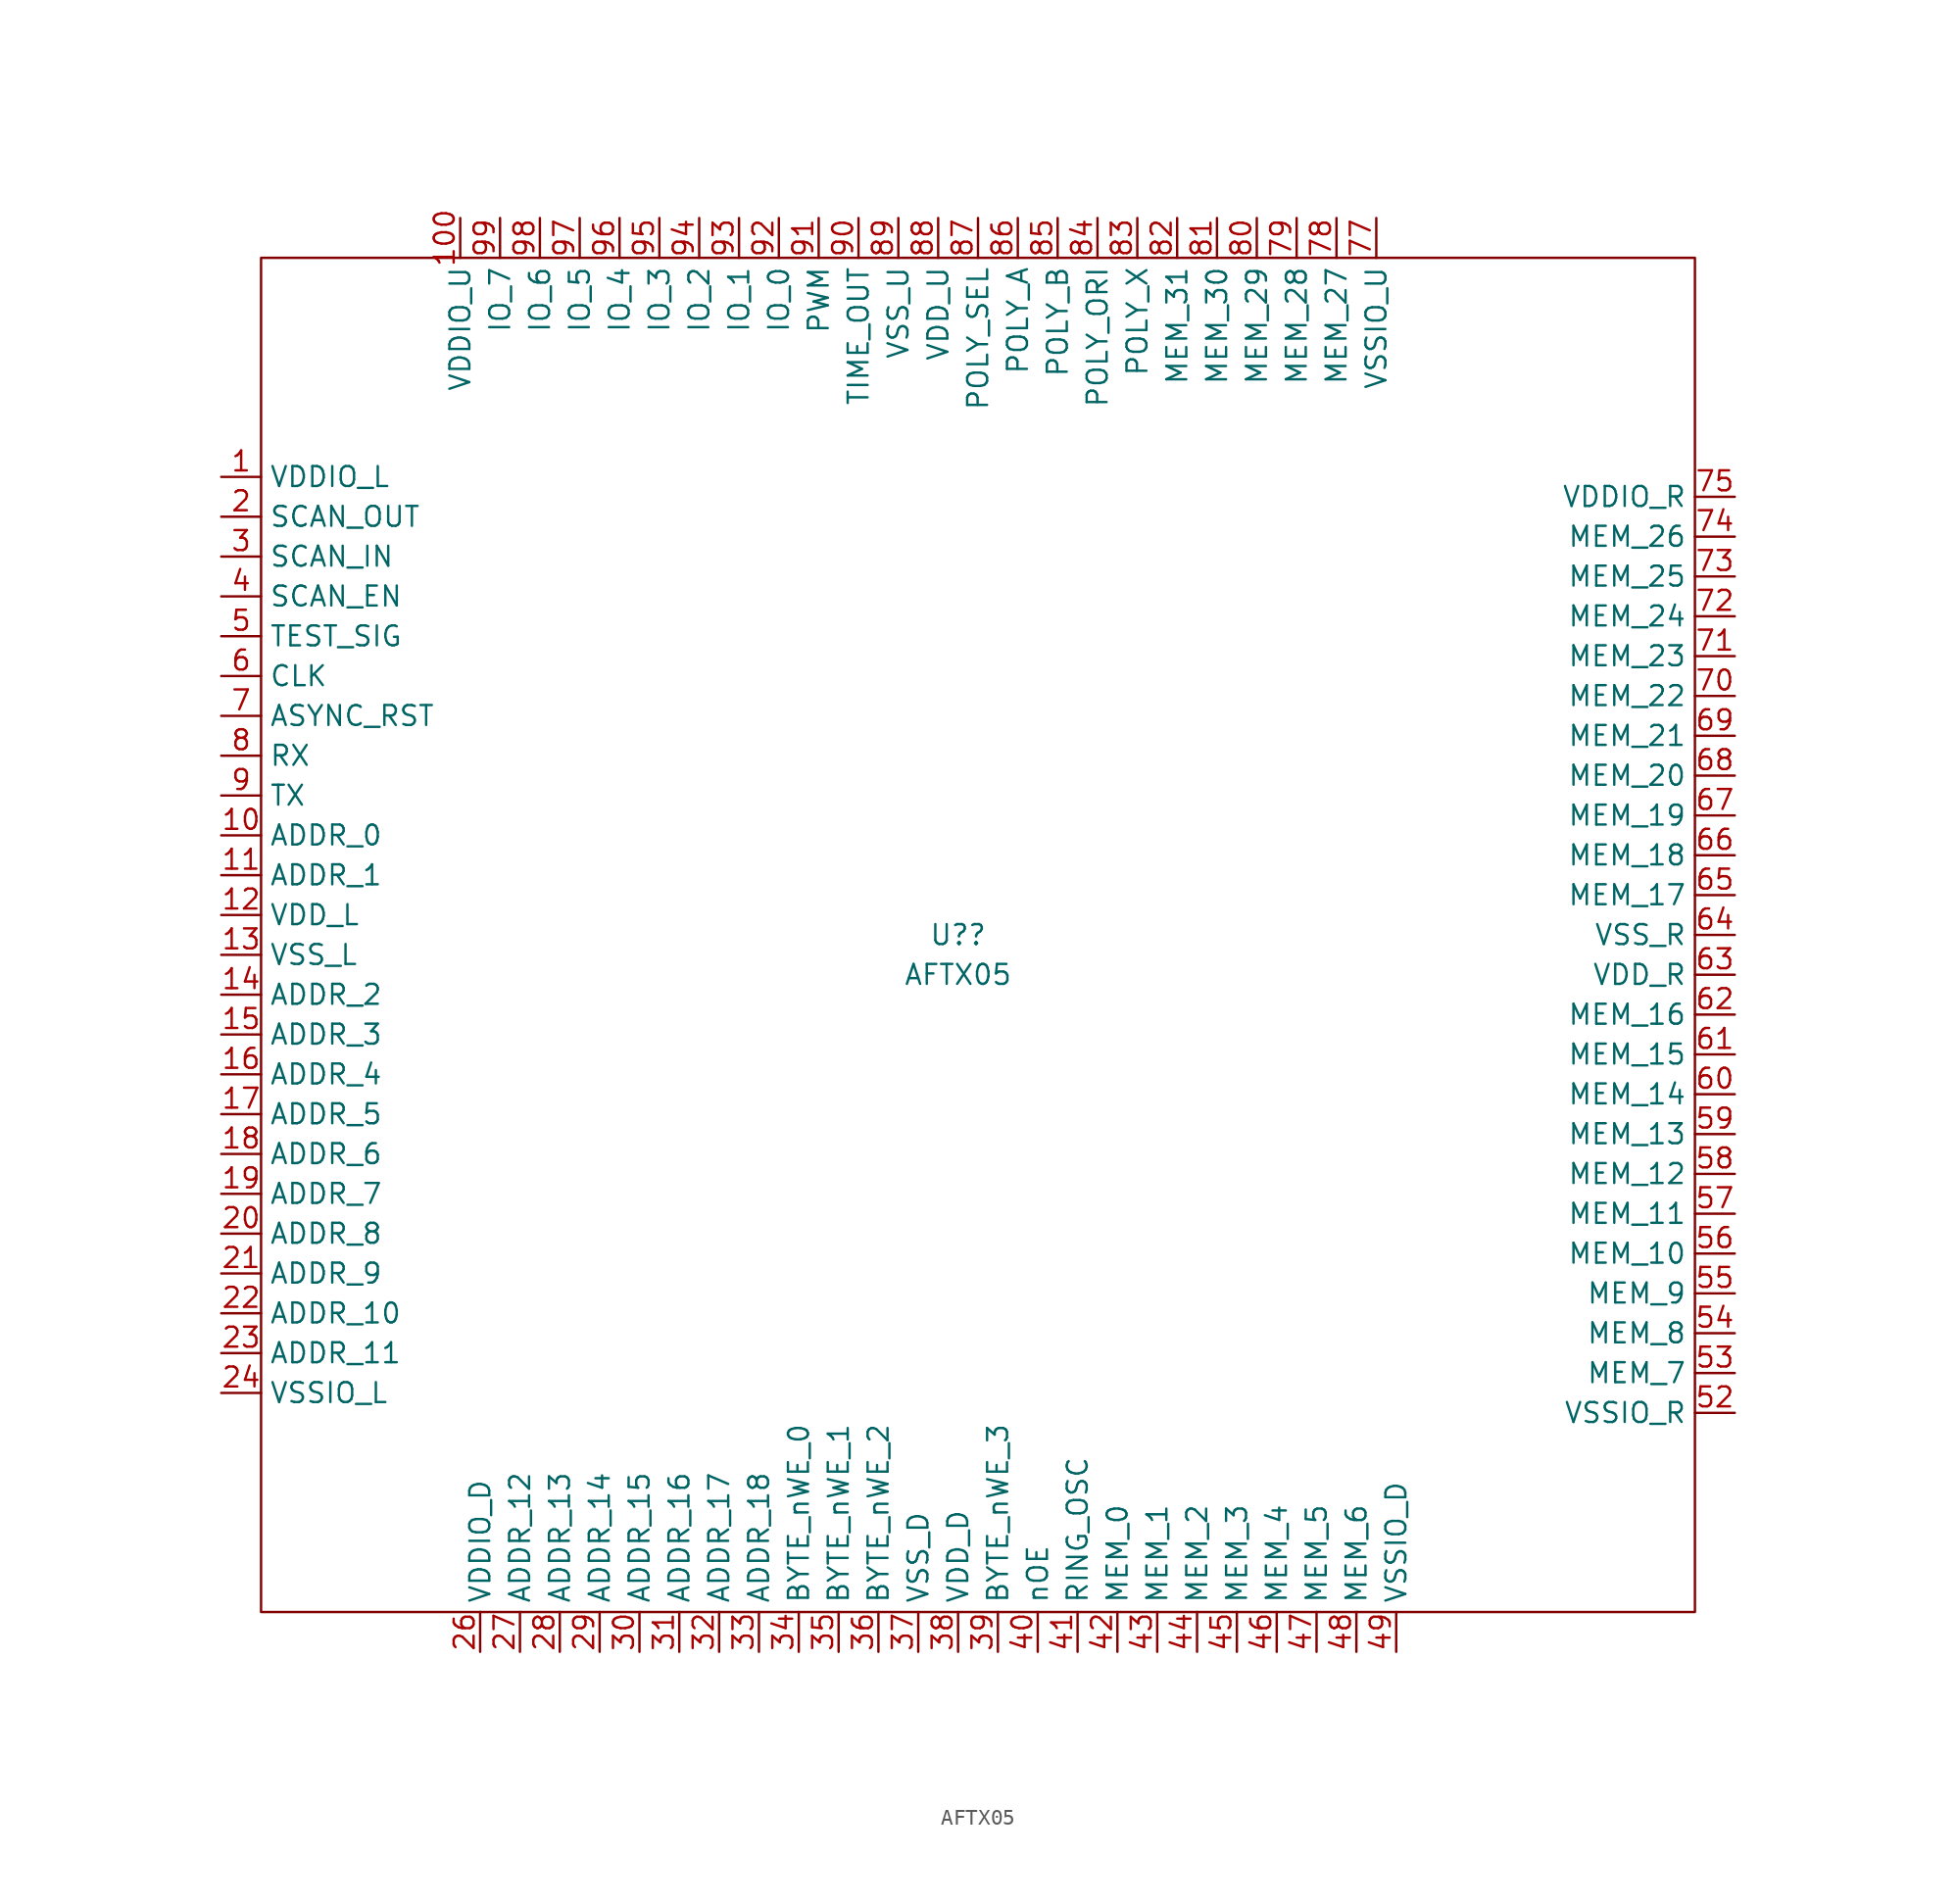
<source format=kicad_sym>
(kicad_symbol_lib
  (version 20211014)
  (generator kicad_symbol_editor)
  (symbol "AFTX05"
    (property "Reference" "U?"
      (at 0 0 0)
      (effects (font (size 1.27 1.27))))
    (property "Value" "AFTX05"
      (at 0 -2.54 0)
      (effects (font (size 1.27 1.27))))
    (symbol "AFTX05_0_1"
      (rectangle (start -44.45 43.18) (end 46.99 -43.18) (stroke (width 0) (type default) (color 0 0 0 0)) (fill (type none))))
    (symbol "AFTX05_1_1"
      (pin output line (at -46.99 29.21 0) (length 2.54) (name "VDDIO_L" (effects (font (size 1.27 1.27)))) (number "1" (effects (font (size 1.27 1.27)))))
      (pin output line (at -46.99 6.35 0) (length 2.54) (name "ADDR_0" (effects (font (size 1.27 1.27)))) (number "10" (effects (font (size 1.27 1.27)))))
      (pin output line (at -31.75 45.72 270) (length 2.54) (name "VDDIO_U" (effects (font (size 1.27 1.27)))) (number "100" (effects (font (size 1.27 1.27)))))
      (pin output line (at -46.99 3.81 0) (length 2.54) (name "ADDR_1" (effects (font (size 1.27 1.27)))) (number "11" (effects (font (size 1.27 1.27)))))
      (pin input line (at -46.99 1.27 0) (length 2.54) (name "VDD_L" (effects (font (size 1.27 1.27)))) (number "12" (effects (font (size 1.27 1.27)))))
      (pin input line (at -46.99 -1.27 0) (length 2.54) (name "VSS_L" (effects (font (size 1.27 1.27)))) (number "13" (effects (font (size 1.27 1.27)))))
      (pin output line (at -46.99 -3.81 0) (length 2.54) (name "ADDR_2" (effects (font (size 1.27 1.27)))) (number "14" (effects (font (size 1.27 1.27)))))
      (pin output line (at -46.99 -6.35 0) (length 2.54) (name "ADDR_3" (effects (font (size 1.27 1.27)))) (number "15" (effects (font (size 1.27 1.27)))))
      (pin output line (at -46.99 -8.89 0) (length 2.54) (name "ADDR_4" (effects (font (size 1.27 1.27)))) (number "16" (effects (font (size 1.27 1.27)))))
      (pin output line (at -46.99 -11.43 0) (length 2.54) (name "ADDR_5" (effects (font (size 1.27 1.27)))) (number "17" (effects (font (size 1.27 1.27)))))
      (pin output line (at -46.99 -13.97 0) (length 2.54) (name "ADDR_6" (effects (font (size 1.27 1.27)))) (number "18" (effects (font (size 1.27 1.27)))))
      (pin output line (at -46.99 -16.51 0) (length 2.54) (name "ADDR_7" (effects (font (size 1.27 1.27)))) (number "19" (effects (font (size 1.27 1.27)))))
      (pin output line (at -46.99 26.67 0) (length 2.54) (name "SCAN_OUT" (effects (font (size 1.27 1.27)))) (number "2" (effects (font (size 1.27 1.27)))))
      (pin output line (at -46.99 -19.05 0) (length 2.54) (name "ADDR_8" (effects (font (size 1.27 1.27)))) (number "20" (effects (font (size 1.27 1.27)))))
      (pin output line (at -46.99 -21.59 0) (length 2.54) (name "ADDR_9" (effects (font (size 1.27 1.27)))) (number "21" (effects (font (size 1.27 1.27)))))
      (pin output line (at -46.99 -24.13 0) (length 2.54) (name "ADDR_10" (effects (font (size 1.27 1.27)))) (number "22" (effects (font (size 1.27 1.27)))))
      (pin output line (at -46.99 -26.67 0) (length 2.54) (name "ADDR_11" (effects (font (size 1.27 1.27)))) (number "23" (effects (font (size 1.27 1.27)))))
      (pin output line (at -46.99 -29.21 0) (length 2.54) (name "VSSIO_L" (effects (font (size 1.27 1.27)))) (number "24" (effects (font (size 1.27 1.27)))))
      (pin output line (at -30.48 -45.72 90) (length 2.54) (name "VDDIO_D" (effects (font (size 1.27 1.27)))) (number "26" (effects (font (size 1.27 1.27)))))
      (pin output line (at -27.94 -45.72 90) (length 2.54) (name "ADDR_12" (effects (font (size 1.27 1.27)))) (number "27" (effects (font (size 1.27 1.27)))))
      (pin output line (at -25.4 -45.72 90) (length 2.54) (name "ADDR_13" (effects (font (size 1.27 1.27)))) (number "28" (effects (font (size 1.27 1.27)))))
      (pin output line (at -22.86 -45.72 90) (length 2.54) (name "ADDR_14" (effects (font (size 1.27 1.27)))) (number "29" (effects (font (size 1.27 1.27)))))
      (pin input line (at -46.99 24.13 0) (length 2.54) (name "SCAN_IN" (effects (font (size 1.27 1.27)))) (number "3" (effects (font (size 1.27 1.27)))))
      (pin output line (at -20.32 -45.72 90) (length 2.54) (name "ADDR_15" (effects (font (size 1.27 1.27)))) (number "30" (effects (font (size 1.27 1.27)))))
      (pin output line (at -17.78 -45.72 90) (length 2.54) (name "ADDR_16" (effects (font (size 1.27 1.27)))) (number "31" (effects (font (size 1.27 1.27)))))
      (pin output line (at -15.24 -45.72 90) (length 2.54) (name "ADDR_17" (effects (font (size 1.27 1.27)))) (number "32" (effects (font (size 1.27 1.27)))))
      (pin output line (at -12.7 -45.72 90) (length 2.54) (name "ADDR_18" (effects (font (size 1.27 1.27)))) (number "33" (effects (font (size 1.27 1.27)))))
      (pin input line (at -10.16 -45.72 90) (length 2.54) (name "BYTE_nWE_0" (effects (font (size 1.27 1.27)))) (number "34" (effects (font (size 1.27 1.27)))))
      (pin input line (at -7.62 -45.72 90) (length 2.54) (name "BYTE_nWE_1" (effects (font (size 1.27 1.27)))) (number "35" (effects (font (size 1.27 1.27)))))
      (pin input line (at -5.08 -45.72 90) (length 2.54) (name "BYTE_nWE_2" (effects (font (size 1.27 1.27)))) (number "36" (effects (font (size 1.27 1.27)))))
      (pin input line (at -2.54 -45.72 90) (length 2.54) (name "VSS_D" (effects (font (size 1.27 1.27)))) (number "37" (effects (font (size 1.27 1.27)))))
      (pin input line (at 0 -45.72 90) (length 2.54) (name "VDD_D" (effects (font (size 1.27 1.27)))) (number "38" (effects (font (size 1.27 1.27)))))
      (pin input line (at 2.54 -45.72 90) (length 2.54) (name "BYTE_nWE_3" (effects (font (size 1.27 1.27)))) (number "39" (effects (font (size 1.27 1.27)))))
      (pin input line (at -46.99 21.59 0) (length 2.54) (name "SCAN_EN" (effects (font (size 1.27 1.27)))) (number "4" (effects (font (size 1.27 1.27)))))
      (pin input line (at 5.08 -45.72 90) (length 2.54) (name "nOE" (effects (font (size 1.27 1.27)))) (number "40" (effects (font (size 1.27 1.27)))))
      (pin output line (at 7.62 -45.72 90) (length 2.54) (name "RING_OSC" (effects (font (size 1.27 1.27)))) (number "41" (effects (font (size 1.27 1.27)))))
      (pin bidirectional line (at 10.16 -45.72 90) (length 2.54) (name "MEM_0" (effects (font (size 1.27 1.27)))) (number "42" (effects (font (size 1.27 1.27)))))
      (pin bidirectional line (at 12.7 -45.72 90) (length 2.54) (name "MEM_1" (effects (font (size 1.27 1.27)))) (number "43" (effects (font (size 1.27 1.27)))))
      (pin bidirectional line (at 15.24 -45.72 90) (length 2.54) (name "MEM_2" (effects (font (size 1.27 1.27)))) (number "44" (effects (font (size 1.27 1.27)))))
      (pin bidirectional line (at 17.78 -45.72 90) (length 2.54) (name "MEM_3" (effects (font (size 1.27 1.27)))) (number "45" (effects (font (size 1.27 1.27)))))
      (pin bidirectional line (at 20.32 -45.72 90) (length 2.54) (name "MEM_4" (effects (font (size 1.27 1.27)))) (number "46" (effects (font (size 1.27 1.27)))))
      (pin bidirectional line (at 22.86 -45.72 90) (length 2.54) (name "MEM_5" (effects (font (size 1.27 1.27)))) (number "47" (effects (font (size 1.27 1.27)))))
      (pin bidirectional line (at 25.4 -45.72 90) (length 2.54) (name "MEM_6" (effects (font (size 1.27 1.27)))) (number "48" (effects (font (size 1.27 1.27)))))
      (pin output line (at 27.94 -45.72 90) (length 2.54) (name "VSSIO_D" (effects (font (size 1.27 1.27)))) (number "49" (effects (font (size 1.27 1.27)))))
      (pin input line (at -46.99 19.05 0) (length 2.54) (name "TEST_SIG" (effects (font (size 1.27 1.27)))) (number "5" (effects (font (size 1.27 1.27)))))
      (pin output line (at 49.53 -30.48 180) (length 2.54) (name "VSSIO_R" (effects (font (size 1.27 1.27)))) (number "52" (effects (font (size 1.27 1.27)))))
      (pin bidirectional line (at 49.53 -27.94 180) (length 2.54) (name "MEM_7" (effects (font (size 1.27 1.27)))) (number "53" (effects (font (size 1.27 1.27)))))
      (pin bidirectional line (at 49.53 -25.4 180) (length 2.54) (name "MEM_8" (effects (font (size 1.27 1.27)))) (number "54" (effects (font (size 1.27 1.27)))))
      (pin bidirectional line (at 49.53 -22.86 180) (length 2.54) (name "MEM_9" (effects (font (size 1.27 1.27)))) (number "55" (effects (font (size 1.27 1.27)))))
      (pin bidirectional line (at 49.53 -20.32 180) (length 2.54) (name "MEM_10" (effects (font (size 1.27 1.27)))) (number "56" (effects (font (size 1.27 1.27)))))
      (pin bidirectional line (at 49.53 -17.78 180) (length 2.54) (name "MEM_11" (effects (font (size 1.27 1.27)))) (number "57" (effects (font (size 1.27 1.27)))))
      (pin bidirectional line (at 49.53 -15.24 180) (length 2.54) (name "MEM_12" (effects (font (size 1.27 1.27)))) (number "58" (effects (font (size 1.27 1.27)))))
      (pin bidirectional line (at 49.53 -12.7 180) (length 2.54) (name "MEM_13" (effects (font (size 1.27 1.27)))) (number "59" (effects (font (size 1.27 1.27)))))
      (pin input line (at -46.99 16.51 0) (length 2.54) (name "CLK" (effects (font (size 1.27 1.27)))) (number "6" (effects (font (size 1.27 1.27)))))
      (pin bidirectional line (at 49.53 -10.16 180) (length 2.54) (name "MEM_14" (effects (font (size 1.27 1.27)))) (number "60" (effects (font (size 1.27 1.27)))))
      (pin bidirectional line (at 49.53 -7.62 180) (length 2.54) (name "MEM_15" (effects (font (size 1.27 1.27)))) (number "61" (effects (font (size 1.27 1.27)))))
      (pin bidirectional line (at 49.53 -5.08 180) (length 2.54) (name "MEM_16" (effects (font (size 1.27 1.27)))) (number "62" (effects (font (size 1.27 1.27)))))
      (pin input line (at 49.53 -2.54 180) (length 2.54) (name "VDD_R" (effects (font (size 1.27 1.27)))) (number "63" (effects (font (size 1.27 1.27)))))
      (pin input line (at 49.53 0 180) (length 2.54) (name "VSS_R" (effects (font (size 1.27 1.27)))) (number "64" (effects (font (size 1.27 1.27)))))
      (pin bidirectional line (at 49.53 2.54 180) (length 2.54) (name "MEM_17" (effects (font (size 1.27 1.27)))) (number "65" (effects (font (size 1.27 1.27)))))
      (pin bidirectional line (at 49.53 5.08 180) (length 2.54) (name "MEM_18" (effects (font (size 1.27 1.27)))) (number "66" (effects (font (size 1.27 1.27)))))
      (pin bidirectional line (at 49.53 7.62 180) (length 2.54) (name "MEM_19" (effects (font (size 1.27 1.27)))) (number "67" (effects (font (size 1.27 1.27)))))
      (pin bidirectional line (at 49.53 10.16 180) (length 2.54) (name "MEM_20" (effects (font (size 1.27 1.27)))) (number "68" (effects (font (size 1.27 1.27)))))
      (pin bidirectional line (at 49.53 12.7 180) (length 2.54) (name "MEM_21" (effects (font (size 1.27 1.27)))) (number "69" (effects (font (size 1.27 1.27)))))
      (pin input line (at -46.99 13.97 0) (length 2.54) (name "ASYNC_RST" (effects (font (size 1.27 1.27)))) (number "7" (effects (font (size 1.27 1.27)))))
      (pin bidirectional line (at 49.53 15.24 180) (length 2.54) (name "MEM_22" (effects (font (size 1.27 1.27)))) (number "70" (effects (font (size 1.27 1.27)))))
      (pin bidirectional line (at 49.53 17.78 180) (length 2.54) (name "MEM_23" (effects (font (size 1.27 1.27)))) (number "71" (effects (font (size 1.27 1.27)))))
      (pin bidirectional line (at 49.53 20.32 180) (length 2.54) (name "MEM_24" (effects (font (size 1.27 1.27)))) (number "72" (effects (font (size 1.27 1.27)))))
      (pin bidirectional line (at 49.53 22.86 180) (length 2.54) (name "MEM_25" (effects (font (size 1.27 1.27)))) (number "73" (effects (font (size 1.27 1.27)))))
      (pin bidirectional line (at 49.53 25.4 180) (length 2.54) (name "MEM_26" (effects (font (size 1.27 1.27)))) (number "74" (effects (font (size 1.27 1.27)))))
      (pin output line (at 49.53 27.94 180) (length 2.54) (name "VDDIO_R" (effects (font (size 1.27 1.27)))) (number "75" (effects (font (size 1.27 1.27)))))
      (pin output line (at 26.67 45.72 270) (length 2.54) (name "VSSIO_U" (effects (font (size 1.27 1.27)))) (number "77" (effects (font (size 1.27 1.27)))))
      (pin bidirectional line (at 24.13 45.72 270) (length 2.54) (name "MEM_27" (effects (font (size 1.27 1.27)))) (number "78" (effects (font (size 1.27 1.27)))))
      (pin bidirectional line (at 21.59 45.72 270) (length 2.54) (name "MEM_28" (effects (font (size 1.27 1.27)))) (number "79" (effects (font (size 1.27 1.27)))))
      (pin input line (at -46.99 11.43 0) (length 2.54) (name "RX" (effects (font (size 1.27 1.27)))) (number "8" (effects (font (size 1.27 1.27)))))
      (pin bidirectional line (at 19.05 45.72 270) (length 2.54) (name "MEM_29" (effects (font (size 1.27 1.27)))) (number "80" (effects (font (size 1.27 1.27)))))
      (pin bidirectional line (at 16.51 45.72 270) (length 2.54) (name "MEM_30" (effects (font (size 1.27 1.27)))) (number "81" (effects (font (size 1.27 1.27)))))
      (pin bidirectional line (at 13.97 45.72 270) (length 2.54) (name "MEM_31" (effects (font (size 1.27 1.27)))) (number "82" (effects (font (size 1.27 1.27)))))
      (pin input line (at 11.43 45.72 270) (length 2.54) (name "POLY_X" (effects (font (size 1.27 1.27)))) (number "83" (effects (font (size 1.27 1.27)))))
      (pin input line (at 8.89 45.72 270) (length 2.54) (name "POLY_ORI" (effects (font (size 1.27 1.27)))) (number "84" (effects (font (size 1.27 1.27)))))
      (pin input line (at 6.35 45.72 270) (length 2.54) (name "POLY_B" (effects (font (size 1.27 1.27)))) (number "85" (effects (font (size 1.27 1.27)))))
      (pin input line (at 3.81 45.72 270) (length 2.54) (name "POLY_A" (effects (font (size 1.27 1.27)))) (number "86" (effects (font (size 1.27 1.27)))))
      (pin input line (at 1.27 45.72 270) (length 2.54) (name "POLY_SEL" (effects (font (size 1.27 1.27)))) (number "87" (effects (font (size 1.27 1.27)))))
      (pin input line (at -1.27 45.72 270) (length 2.54) (name "VDD_U" (effects (font (size 1.27 1.27)))) (number "88" (effects (font (size 1.27 1.27)))))
      (pin input line (at -3.81 45.72 270) (length 2.54) (name "VSS_U" (effects (font (size 1.27 1.27)))) (number "89" (effects (font (size 1.27 1.27)))))
      (pin output line (at -46.99 8.89 0) (length 2.54) (name "TX" (effects (font (size 1.27 1.27)))) (number "9" (effects (font (size 1.27 1.27)))))
      (pin output line (at -6.35 45.72 270) (length 2.54) (name "TIME_OUT" (effects (font (size 1.27 1.27)))) (number "90" (effects (font (size 1.27 1.27)))))
      (pin output line (at -8.89 45.72 270) (length 2.54) (name "PWM" (effects (font (size 1.27 1.27)))) (number "91" (effects (font (size 1.27 1.27)))))
      (pin bidirectional line (at -11.43 45.72 270) (length 2.54) (name "IO_0" (effects (font (size 1.27 1.27)))) (number "92" (effects (font (size 1.27 1.27)))))
      (pin bidirectional line (at -13.97 45.72 270) (length 2.54) (name "IO_1" (effects (font (size 1.27 1.27)))) (number "93" (effects (font (size 1.27 1.27)))))
      (pin bidirectional line (at -16.51 45.72 270) (length 2.54) (name "IO_2" (effects (font (size 1.27 1.27)))) (number "94" (effects (font (size 1.27 1.27)))))
      (pin bidirectional line (at -19.05 45.72 270) (length 2.54) (name "IO_3" (effects (font (size 1.27 1.27)))) (number "95" (effects (font (size 1.27 1.27)))))
      (pin bidirectional line (at -21.59 45.72 270) (length 2.54) (name "IO_4" (effects (font (size 1.27 1.27)))) (number "96" (effects (font (size 1.27 1.27)))))
      (pin bidirectional line (at -24.13 45.72 270) (length 2.54) (name "IO_5" (effects (font (size 1.27 1.27)))) (number "97" (effects (font (size 1.27 1.27)))))
      (pin bidirectional line (at -26.67 45.72 270) (length 2.54) (name "IO_6" (effects (font (size 1.27 1.27)))) (number "98" (effects (font (size 1.27 1.27)))))
      (pin bidirectional line (at -29.21 45.72 270) (length 2.54) (name "IO_7" (effects (font (size 1.27 1.27)))) (number "99" (effects (font (size 1.27 1.27))))))))
</source>
